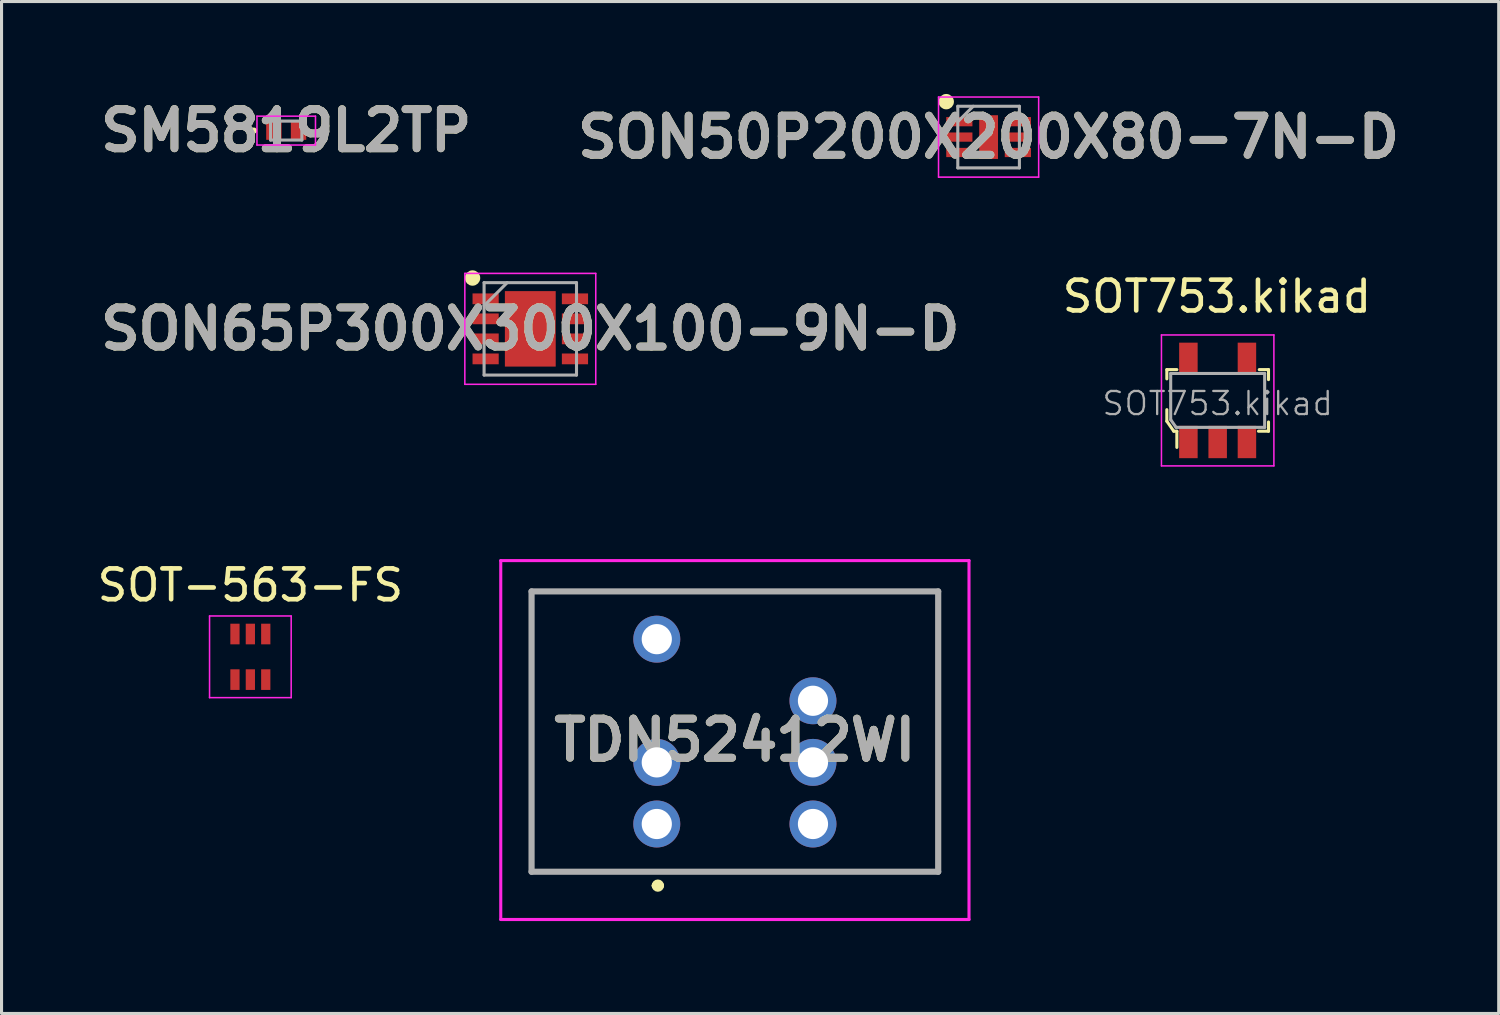
<source format=kicad_pcb>
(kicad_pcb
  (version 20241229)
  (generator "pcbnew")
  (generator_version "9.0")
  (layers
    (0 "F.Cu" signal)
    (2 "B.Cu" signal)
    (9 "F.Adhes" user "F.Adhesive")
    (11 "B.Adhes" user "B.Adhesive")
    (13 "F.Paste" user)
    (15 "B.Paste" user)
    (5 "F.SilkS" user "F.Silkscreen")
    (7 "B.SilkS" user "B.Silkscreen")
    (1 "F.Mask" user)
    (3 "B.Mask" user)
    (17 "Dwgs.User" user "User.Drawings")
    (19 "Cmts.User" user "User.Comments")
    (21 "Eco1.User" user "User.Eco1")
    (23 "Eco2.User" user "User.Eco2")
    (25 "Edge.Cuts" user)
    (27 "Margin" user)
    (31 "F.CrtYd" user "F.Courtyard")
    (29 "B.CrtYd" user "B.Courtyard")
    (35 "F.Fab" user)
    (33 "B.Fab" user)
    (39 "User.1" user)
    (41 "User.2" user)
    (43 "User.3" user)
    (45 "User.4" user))
  (footprint "SON50P200X200X80-7N-D"
    (layer "F.Cu")
    (at 29.041 1.4)
    (property "Reference" "SON50P200X200X80-7N-D" (at 0 0 0) (layer "F.SilkS") (effects (font (size 1.27 1.27) (thickness 0.254))))
    (attr smd)
    (fp_circle (center -1.375 -1.15) (end -1.375 -1.025) (stroke (width 0.25) (type solid)) (fill no) (layer "F.SilkS"))
    (fp_line (start -1.625 -1.3) (end 1.625 -1.3) (stroke (width 0.05) (type solid)) (layer "F.CrtYd"))
    (fp_line (start -1.625 1.3) (end -1.625 -1.3) (stroke (width 0.05) (type solid)) (layer "F.CrtYd"))
    (fp_line (start 1.625 -1.3) (end 1.625 1.3) (stroke (width 0.05) (type solid)) (layer "F.CrtYd"))
    (fp_line (start 1.625 1.3) (end -1.625 1.3) (stroke (width 0.05) (type solid)) (layer "F.CrtYd"))
    (fp_line (start -1 -1) (end 1 -1) (stroke (width 0.1) (type solid)) (layer "F.Fab"))
    (fp_line (start -1 -0.5) (end -0.5 -1) (stroke (width 0.1) (type solid)) (layer "F.Fab"))
    (fp_line (start -1 1) (end -1 -1) (stroke (width 0.1) (type solid)) (layer "F.Fab"))
    (fp_line (start 1 -1) (end 1 1) (stroke (width 0.1) (type solid)) (layer "F.Fab"))
    (fp_line (start 1 1) (end -1 1) (stroke (width 0.1) (type solid)) (layer "F.Fab"))
    (fp_text user "${REFERENCE}" (at 0 0 0) (layer "F.Fab") (effects (font (size 1.27 1.27) (thickness 0.254))))
    (pad "1" smd rect (at -0.95 -0.5 90) (size 0.3 0.85) (layers "F.Cu" "F.Mask" "F.Paste"))
    (pad "2" smd rect (at -0.95 0 90) (size 0.3 0.85) (layers "F.Cu" "F.Mask" "F.Paste"))
    (pad "3" smd rect (at -0.95 0.5 90) (size 0.3 0.85) (layers "F.Cu" "F.Mask" "F.Paste"))
    (pad "4" smd rect (at 0.95 0.5 90) (size 0.3 0.85) (layers "F.Cu" "F.Mask" "F.Paste"))
    (pad "5" smd rect (at 0.95 0 90) (size 0.3 0.85) (layers "F.Cu" "F.Mask" "F.Paste"))
    (pad "6" smd rect (at 0.95 -0.5 90) (size 0.3 0.85) (layers "F.Cu" "F.Mask" "F.Paste"))
    (pad "7" smd rect (at 0 0) (size 0.61 1.42) (layers "F.Cu" "F.Mask" "F.Paste")))
  (footprint "TDN52412WI"
    (layer "F.Cu")
    (at 20.805 20.698)
    (property "Reference" "TDN52412WI" (at 0 0.275 0) (layer "F.SilkS") (effects (font (size 1.27 1.27) (thickness 0.254))))
    (attr through_hole)
    (fp_line (start -6.6 -4.55) (end 6.6 -4.55) (stroke (width 0.1) (type solid)) (layer "F.SilkS"))
    (fp_line (start -6.6 4.55) (end -6.6 -4.55) (stroke (width 0.1) (type solid)) (layer "F.SilkS"))
    (fp_line (start -2.6 5) (end -2.6 5) (stroke (width 0.2) (type solid)) (layer "F.SilkS"))
    (fp_line (start -2.4 5) (end -2.4 5) (stroke (width 0.2) (type solid)) (layer "F.SilkS"))
    (fp_line (start 6.6 -4.55) (end 6.6 4.55) (stroke (width 0.1) (type solid)) (layer "F.SilkS"))
    (fp_line (start 6.6 4.55) (end -6.6 4.55) (stroke (width 0.1) (type solid)) (layer "F.SilkS"))
    (fp_arc (start -2.6 5) (mid -2.5 4.9) (end -2.4 5) (stroke (width 0.2) (type solid)) (layer "F.SilkS"))
    (fp_arc (start -2.4 5) (mid -2.5 5.1) (end -2.6 5) (stroke (width 0.2) (type solid)) (layer "F.SilkS"))
    (fp_line (start -7.6 -5.55) (end 7.6 -5.55) (stroke (width 0.1) (type solid)) (layer "F.CrtYd"))
    (fp_line (start -7.6 6.1) (end -7.6 -5.55) (stroke (width 0.1) (type solid)) (layer "F.CrtYd"))
    (fp_line (start 7.6 -5.55) (end 7.6 6.1) (stroke (width 0.1) (type solid)) (layer "F.CrtYd"))
    (fp_line (start 7.6 6.1) (end -7.6 6.1) (stroke (width 0.1) (type solid)) (layer "F.CrtYd"))
    (fp_line (start -6.6 -4.55) (end 6.6 -4.55) (stroke (width 0.2) (type solid)) (layer "F.Fab"))
    (fp_line (start -6.6 4.55) (end -6.6 -4.55) (stroke (width 0.2) (type solid)) (layer "F.Fab"))
    (fp_line (start 6.6 -4.55) (end 6.6 4.55) (stroke (width 0.2) (type solid)) (layer "F.Fab"))
    (fp_line (start 6.6 4.55) (end -6.6 4.55) (stroke (width 0.2) (type solid)) (layer "F.Fab"))
    (fp_text user "${REFERENCE}" (at 0 0.275 0) (layer "F.Fab") (effects (font (size 1.27 1.27) (thickness 0.254))))
    (pad "1" thru_hole circle (at -2.535 3) (size 1.524 1.524) (drill 0.98) (layers "*.Cu" "*.Mask"))
    (pad "2" thru_hole circle (at -2.535 1) (size 1.524 1.524) (drill 0.98) (layers "*.Cu" "*.Mask"))
    (pad "4" thru_hole circle (at -2.535 -3) (size 1.524 1.524) (drill 0.98) (layers "*.Cu" "*.Mask"))
    (pad "5" thru_hole circle (at 2.535 3) (size 1.524 1.524) (drill 0.98) (layers "*.Cu" "*.Mask"))
    (pad "6" thru_hole circle (at 2.535 1) (size 1.524 1.524) (drill 0.98) (layers "*.Cu" "*.Mask"))
    (pad "7" thru_hole circle (at 2.535 -1) (size 1.524 1.524) (drill 0.98) (layers "*.Cu" "*.Mask")))
  (footprint "SOT753.kikad"
    (layer "F.Cu")
    (at 36.477 9.948)
    (property "Reference" "SOT753.kikad" (at -0.025 -3.375 0) (layer "F.SilkS") (effects (font (size 1 1) (thickness 0.15))))
    (attr smd)
    (fp_line (start -1.65 -1) (end -1.65 -0.7) (stroke (width 0.1) (type solid)) (layer "F.SilkS"))
    (fp_line (start -1.65 0.675) (end -1.65 0.3) (stroke (width 0.1) (type solid)) (layer "F.SilkS"))
    (fp_line (start -1.65 0.675) (end -1.425 1) (stroke (width 0.1) (type solid)) (layer "F.SilkS"))
    (fp_line (start -1.425 1) (end -1.325 1) (stroke (width 0.1) (type solid)) (layer "F.SilkS"))
    (fp_line (start -1.325 -1) (end -1.65 -1) (stroke (width 0.1) (type solid)) (layer "F.SilkS"))
    (fp_line (start -1.325 1) (end -1.325 1.525) (stroke (width 0.1) (type solid)) (layer "F.SilkS"))
    (fp_line (start 1.325 1) (end 1.65 1) (stroke (width 0.1) (type solid)) (layer "F.SilkS"))
    (fp_line (start 1.35 -1) (end 1.65 -1) (stroke (width 0.1) (type solid)) (layer "F.SilkS"))
    (fp_line (start 1.65 -1) (end 1.65 -0.675) (stroke (width 0.1) (type solid)) (layer "F.SilkS"))
    (fp_line (start 1.65 1) (end 1.65 0.7) (stroke (width 0.1) (type solid)) (layer "F.SilkS"))
    (fp_line (start -1.825 -2.125) (end 1.825 -2.125) (stroke (width 0.05) (type solid)) (layer "F.CrtYd"))
    (fp_line (start -1.825 2.125) (end -1.825 -2.125) (stroke (width 0.05) (type solid)) (layer "F.CrtYd"))
    (fp_line (start 1.825 -2.125) (end 1.825 2.125) (stroke (width 0.05) (type solid)) (layer "F.CrtYd"))
    (fp_line (start 1.825 2.125) (end -1.825 2.125) (stroke (width 0.05) (type solid)) (layer "F.CrtYd"))
    (fp_line (start -1.525 -0.875) (end 1.525 -0.875) (stroke (width 0.1) (type solid)) (layer "F.Fab"))
    (fp_line (start -1.525 0.625) (end -1.525 -0.875) (stroke (width 0.1) (type solid)) (layer "F.Fab"))
    (fp_line (start -1.525 0.625) (end -1.35 0.875) (stroke (width 0.1) (type solid)) (layer "F.Fab"))
    (fp_line (start -1.35 0.875) (end 1.525 0.875) (stroke (width 0.1) (type solid)) (layer "F.Fab"))
    (fp_line (start 1.525 -0.875) (end 1.525 0.875) (stroke (width 0.1) (type solid)) (layer "F.Fab"))
    (fp_text user "${REFERENCE}" (at 0 0.1 0) (layer "F.Fab") (effects (font (size 0.75 0.75) (thickness 0.075))))
    (pad "1" smd rect (at -0.95 1.35) (size 0.6 1.05) (layers "F.Cu" "F.Mask" "F.Paste"))
    (pad "2" smd rect (at 0 1.35) (size 0.6 1.05) (layers "F.Cu" "F.Mask" "F.Paste"))
    (pad "3" smd rect (at 0.95 1.35) (size 0.6 1.05) (layers "F.Cu" "F.Mask" "F.Paste"))
    (pad "4" smd rect (at 0.95 -1.35) (size 0.6 1.05) (layers "F.Cu" "F.Mask" "F.Paste"))
    (pad "5" smd rect (at -0.95 -1.35) (size 0.6 1.05) (layers "F.Cu" "F.Mask" "F.Paste")))
  (footprint "SON65P300X300X100-9N-D"
    (layer "F.Cu")
    (at 14.164 7.625)
    (property "Reference" "SON65P300X300X100-9N-D" (at 0 0 0) (layer "F.SilkS") (effects (font (size 1.27 1.27) (thickness 0.254))))
    (attr smd)
    (fp_circle (center -1.875 -1.65) (end -1.875 -1.525) (stroke (width 0.25) (type solid)) (fill no) (layer "F.SilkS"))
    (fp_line (start -2.125 -1.8) (end 2.125 -1.8) (stroke (width 0.05) (type solid)) (layer "F.CrtYd"))
    (fp_line (start -2.125 1.8) (end -2.125 -1.8) (stroke (width 0.05) (type solid)) (layer "F.CrtYd"))
    (fp_line (start 2.125 -1.8) (end 2.125 1.8) (stroke (width 0.05) (type solid)) (layer "F.CrtYd"))
    (fp_line (start 2.125 1.8) (end -2.125 1.8) (stroke (width 0.05) (type solid)) (layer "F.CrtYd"))
    (fp_line (start -1.5 -1.5) (end 1.5 -1.5) (stroke (width 0.1) (type solid)) (layer "F.Fab"))
    (fp_line (start -1.5 -0.75) (end -0.75 -1.5) (stroke (width 0.1) (type solid)) (layer "F.Fab"))
    (fp_line (start -1.5 1.5) (end -1.5 -1.5) (stroke (width 0.1) (type solid)) (layer "F.Fab"))
    (fp_line (start 1.5 -1.5) (end 1.5 1.5) (stroke (width 0.1) (type solid)) (layer "F.Fab"))
    (fp_line (start 1.5 1.5) (end -1.5 1.5) (stroke (width 0.1) (type solid)) (layer "F.Fab"))
    (fp_text user "${REFERENCE}" (at 0 0 0) (layer "F.Fab") (effects (font (size 1.27 1.27) (thickness 0.254))))
    (pad "1" smd rect (at -1.45 -0.975 90) (size 0.35 0.85) (layers "F.Cu" "F.Mask" "F.Paste"))
    (pad "2" smd rect (at -1.45 -0.325 90) (size 0.35 0.85) (layers "F.Cu" "F.Mask" "F.Paste"))
    (pad "3" smd rect (at -1.45 0.325 90) (size 0.35 0.85) (layers "F.Cu" "F.Mask" "F.Paste"))
    (pad "4" smd rect (at -1.45 0.975 90) (size 0.35 0.85) (layers "F.Cu" "F.Mask" "F.Paste"))
    (pad "5" smd rect (at 1.45 0.975 90) (size 0.35 0.85) (layers "F.Cu" "F.Mask" "F.Paste"))
    (pad "6" smd rect (at 1.45 0.325 90) (size 0.35 0.85) (layers "F.Cu" "F.Mask" "F.Paste"))
    (pad "7" smd rect (at 1.45 -0.325 90) (size 0.35 0.85) (layers "F.Cu" "F.Mask" "F.Paste"))
    (pad "8" smd rect (at 1.45 -0.975 90) (size 0.35 0.85) (layers "F.Cu" "F.Mask" "F.Paste"))
    (pad "9" smd rect (at 0 0) (size 1.65 2.45) (layers "F.Cu" "F.Mask" "F.Paste")))
  (footprint "SOT-563-FS"
    (layer "F.Cu")
    (at 5.077 18.271)
    (property "Reference" "SOT-563-FS" (at 0 -2.325 0) (layer "F.SilkS") (effects (font (size 1 1) (thickness 0.15))))
    (attr smd)
    (fp_line (start -1.325 -1.325) (end 1.325 -1.325) (stroke (width 0.05) (type solid)) (layer "F.CrtYd"))
    (fp_line (start -1.325 1.325) (end -1.325 -1.325) (stroke (width 0.05) (type solid)) (layer "F.CrtYd"))
    (fp_line (start 1.325 -1.325) (end 1.325 1.325) (stroke (width 0.05) (type solid)) (layer "F.CrtYd"))
    (fp_line (start 1.325 1.325) (end -1.325 1.325) (stroke (width 0.05) (type solid)) (layer "F.CrtYd"))
    (pad "1" smd rect (at -0.5 0.74) (size 0.3 0.67) (layers "F.Cu" "F.Mask" "F.Paste"))
    (pad "2" smd rect (at 0 0.74) (size 0.3 0.67) (layers "F.Cu" "F.Mask" "F.Paste"))
    (pad "3" smd rect (at 0.5 0.74) (size 0.3 0.67) (layers "F.Cu" "F.Mask" "F.Paste"))
    (pad "4" smd rect (at 0.5 -0.74) (size 0.3 0.67) (layers "F.Cu" "F.Mask" "F.Paste"))
    (pad "5" smd rect (at 0 -0.74) (size 0.3 0.67) (layers "F.Cu" "F.Mask" "F.Paste"))
    (pad "6" smd rect (at -0.5 -0.74) (size 0.3 0.67) (layers "F.Cu" "F.Mask" "F.Paste")))
  (footprint "SM5819L2TP"
    (layer "F.Cu")
    (at 6.241 1.189)
    (property "Reference" "SM5819L2TP" (at 0 0 0) (unlocked yes) (layer "F.SilkS") (effects (font (size 1.27 1.27) (thickness 0.254))))
    (attr smd)
    (fp_line (start -1.1 0) (end -1.1 0) (stroke (width 0.1) (type solid)) (layer "F.SilkS"))
    (fp_line (start -1 0) (end -1 0) (stroke (width 0.1) (type solid)) (layer "F.SilkS"))
    (fp_arc (start -1.1 0) (mid -1.05 -0.05) (end -1 0) (stroke (width 0.1) (type solid)) (layer "F.SilkS"))
    (fp_arc (start -1 0) (mid -1.05 0.05) (end -1.1 0) (stroke (width 0.1) (type solid)) (layer "F.SilkS"))
    (fp_line (start -0.95 -0.468) (end 0.95 -0.468) (stroke (width 0.05) (type solid)) (layer "F.CrtYd"))
    (fp_line (start -0.95 0.468) (end -0.95 -0.468) (stroke (width 0.05) (type solid)) (layer "F.CrtYd"))
    (fp_line (start 0.95 -0.468) (end 0.95 0.468) (stroke (width 0.05) (type solid)) (layer "F.CrtYd"))
    (fp_line (start 0.95 0.468) (end -0.95 0.468) (stroke (width 0.05) (type solid)) (layer "F.CrtYd"))
    (fp_line (start -0.508 -0.308) (end -0.508 0.308) (stroke (width 0.1) (type solid)) (layer "F.Fab"))
    (fp_line (start -0.508 0.308) (end 0.508 0.308) (stroke (width 0.1) (type solid)) (layer "F.Fab"))
    (fp_line (start 0.508 -0.308) (end -0.508 -0.308) (stroke (width 0.1) (type solid)) (layer "F.Fab"))
    (fp_line (start 0.508 0.308) (end 0.508 -0.308) (stroke (width 0.1) (type solid)) (layer "F.Fab"))
    (fp_text user "${REFERENCE}" (at 0 0 0) (unlocked yes) (layer "F.Fab") (effects (font (size 1.27 1.27) (thickness 0.254))))
    (pad "1" smd rect (at -0.4 0) (size 0.5 0.6) (layers "F.Cu" "F.Mask" "F.Paste"))
    (pad "2" smd rect (at 0.4 0) (size 0.5 0.6) (layers "F.Cu" "F.Mask" "F.Paste")))
  (gr_rect
    (start -3 -3)
    (end 45.6 29.848)
    (stroke (width 0.1) (type default))
    (fill no)
    (layer "Edge.Cuts")))
</source>
